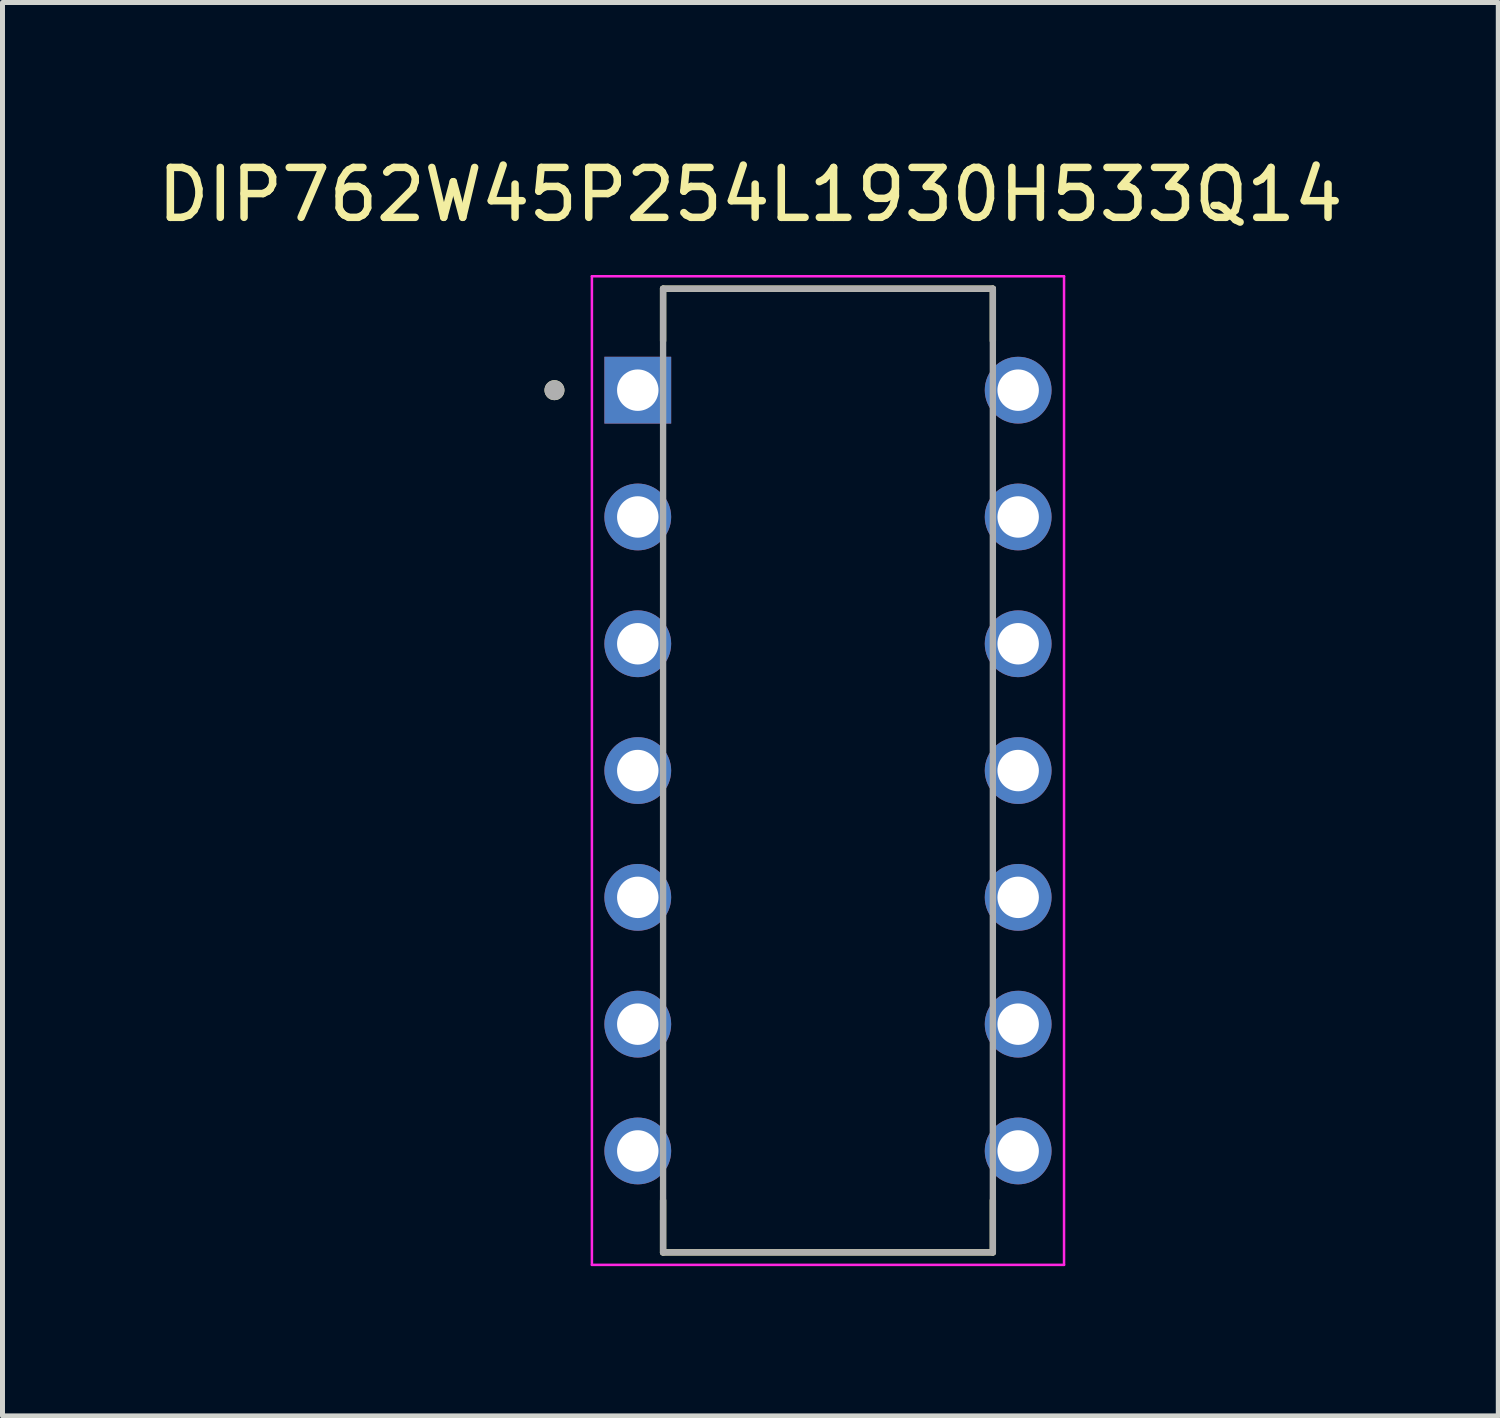
<source format=kicad_pcb>
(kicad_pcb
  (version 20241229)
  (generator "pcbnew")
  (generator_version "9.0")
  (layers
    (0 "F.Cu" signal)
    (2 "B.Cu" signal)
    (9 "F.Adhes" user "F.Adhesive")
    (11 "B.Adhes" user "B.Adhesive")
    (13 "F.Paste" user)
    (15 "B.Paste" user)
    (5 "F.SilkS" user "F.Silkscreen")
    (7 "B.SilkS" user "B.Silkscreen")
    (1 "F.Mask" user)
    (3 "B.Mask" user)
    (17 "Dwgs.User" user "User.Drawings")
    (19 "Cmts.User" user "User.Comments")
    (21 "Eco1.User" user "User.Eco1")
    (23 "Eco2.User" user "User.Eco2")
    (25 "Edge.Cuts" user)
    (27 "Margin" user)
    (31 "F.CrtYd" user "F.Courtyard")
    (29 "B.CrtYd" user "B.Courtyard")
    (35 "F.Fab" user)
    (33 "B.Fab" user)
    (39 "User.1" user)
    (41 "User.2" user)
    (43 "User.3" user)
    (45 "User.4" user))
  (footprint "DIP762W45P254L1930H533Q14"
    (layer "F.Cu")
    (at 13.536 12.386)
    (property "Reference" "DIP762W45P254L1930H533Q14" (at -1.554 -11.537 0) (layer "F.SilkS") (effects (font (size 1 1) (thickness 0.15))))
    (attr through_hole)
    (fp_line (start -3.303 -9.652) (end 3.303 -9.652) (stroke (width 0.127) (type solid)) (layer "F.SilkS"))
    (fp_line (start -3.303 -8.609) (end -3.303 -9.652) (stroke (width 0.127) (type solid)) (layer "F.SilkS"))
    (fp_line (start -3.303 9.652) (end -3.303 8.609) (stroke (width 0.127) (type solid)) (layer "F.SilkS"))
    (fp_line (start 3.303 -9.652) (end 3.303 -8.609) (stroke (width 0.127) (type solid)) (layer "F.SilkS"))
    (fp_line (start 3.303 9.652) (end -3.303 9.652) (stroke (width 0.127) (type solid)) (layer "F.SilkS"))
    (fp_line (start 3.303 9.652) (end 3.303 8.609) (stroke (width 0.127) (type solid)) (layer "F.SilkS"))
    (fp_circle (center -5.479 -7.62) (end -5.379 -7.62) (stroke (width 0.2) (type solid)) (fill no) (layer "F.SilkS"))
    (fp_line (start -4.729 -9.902) (end -4.729 9.902) (stroke (width 0.05) (type solid)) (layer "F.CrtYd"))
    (fp_line (start -4.729 9.902) (end 4.729 9.902) (stroke (width 0.05) (type solid)) (layer "F.CrtYd"))
    (fp_line (start 4.729 -9.902) (end -4.729 -9.902) (stroke (width 0.05) (type solid)) (layer "F.CrtYd"))
    (fp_line (start 4.729 9.902) (end 4.729 -9.902) (stroke (width 0.05) (type solid)) (layer "F.CrtYd"))
    (fp_line (start -3.303 -9.652) (end 3.303 -9.652) (stroke (width 0.127) (type solid)) (layer "F.Fab"))
    (fp_line (start -3.303 9.652) (end -3.303 -9.652) (stroke (width 0.127) (type solid)) (layer "F.Fab"))
    (fp_line (start 3.303 -9.652) (end 3.303 9.652) (stroke (width 0.127) (type solid)) (layer "F.Fab"))
    (fp_line (start 3.303 9.652) (end -3.303 9.652) (stroke (width 0.127) (type solid)) (layer "F.Fab"))
    (fp_circle (center -5.479 -7.62) (end -5.379 -7.62) (stroke (width 0.2) (type solid)) (fill no) (layer "F.Fab"))
    (pad "1" thru_hole rect (at -3.81 -7.62) (size 1.338 1.338) (drill 0.83) (layers "*.Cu" "*.Mask"))
    (pad "2" thru_hole circle (at -3.81 -5.08) (size 1.338 1.338) (drill 0.83) (layers "*.Cu" "*.Mask"))
    (pad "3" thru_hole circle (at -3.81 -2.54) (size 1.338 1.338) (drill 0.83) (layers "*.Cu" "*.Mask"))
    (pad "4" thru_hole circle (at -3.81 0) (size 1.338 1.338) (drill 0.83) (layers "*.Cu" "*.Mask"))
    (pad "5" thru_hole circle (at -3.81 2.54) (size 1.338 1.338) (drill 0.83) (layers "*.Cu" "*.Mask"))
    (pad "6" thru_hole circle (at -3.81 5.08) (size 1.338 1.338) (drill 0.83) (layers "*.Cu" "*.Mask"))
    (pad "7" thru_hole circle (at -3.81 7.62) (size 1.338 1.338) (drill 0.83) (layers "*.Cu" "*.Mask"))
    (pad "8" thru_hole circle (at 3.81 7.62) (size 1.338 1.338) (drill 0.83) (layers "*.Cu" "*.Mask"))
    (pad "9" thru_hole circle (at 3.81 5.08) (size 1.338 1.338) (drill 0.83) (layers "*.Cu" "*.Mask"))
    (pad "10" thru_hole circle (at 3.81 2.54) (size 1.338 1.338) (drill 0.83) (layers "*.Cu" "*.Mask"))
    (pad "11" thru_hole circle (at 3.81 0) (size 1.338 1.338) (drill 0.83) (layers "*.Cu" "*.Mask"))
    (pad "12" thru_hole circle (at 3.81 -2.54) (size 1.338 1.338) (drill 0.83) (layers "*.Cu" "*.Mask"))
    (pad "13" thru_hole circle (at 3.81 -5.08) (size 1.338 1.338) (drill 0.83) (layers "*.Cu" "*.Mask"))
    (pad "14" thru_hole circle (at 3.81 -7.62) (size 1.338 1.338) (drill 0.83) (layers "*.Cu" "*.Mask")))
  (gr_rect
    (start -3 -3)
    (end 26.964 25.313)
    (stroke (width 0.1) (type default))
    (fill no)
    (layer "Edge.Cuts")))
</source>
